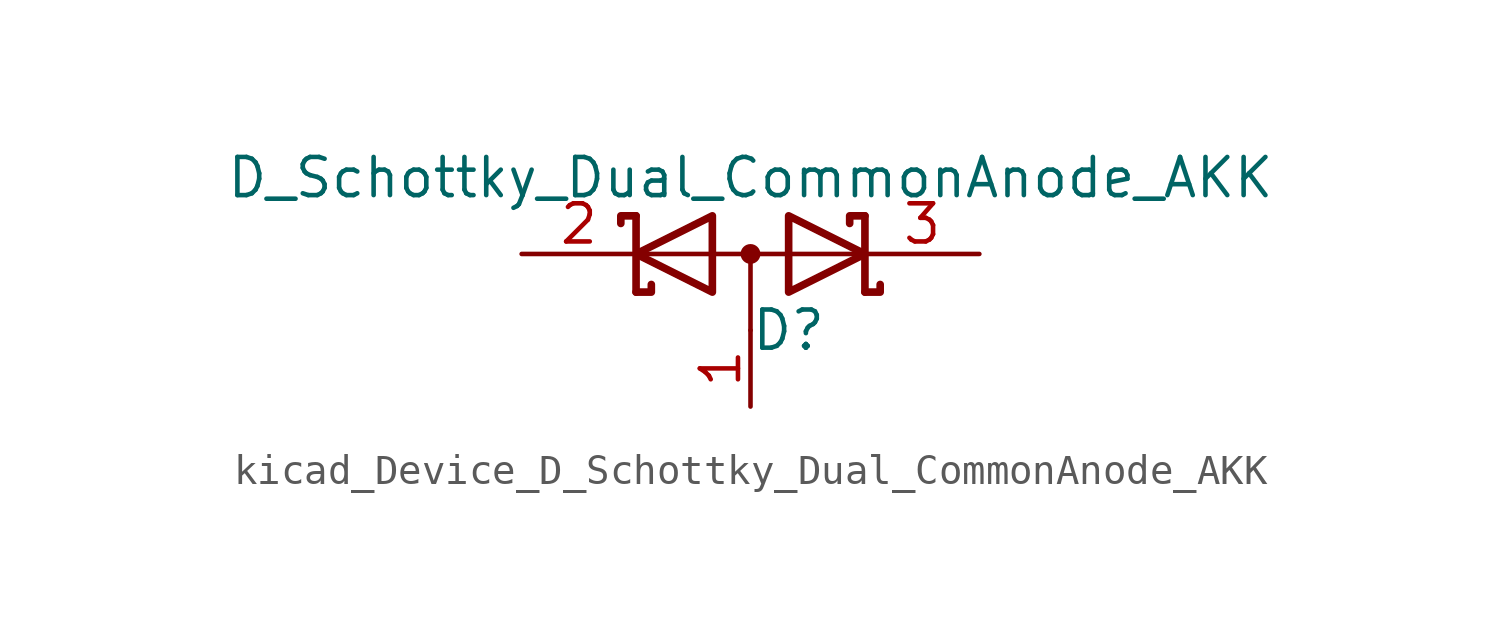
<source format=kicad_sym>
(kicad_symbol_lib
  (version 20220914)
  (generator kicad_symbol_editor)
  (symbol "kicad_Device_D_Schottky_Dual_CommonAnode_AKK"
    (pin_names
      (offset 0.762) hide)
    (property "Reference" "D"
      (at 1.27 -2.54 0)
      (effects (font (size 1.27 1.27))))
    (property "Value" "D_Schottky_Dual_CommonAnode_AKK"
      (at 0 2.54 0)
      (effects (font (size 1.27 1.27))))
    (symbol "kicad_Device_D_Schottky_Dual_CommonAnode_AKK_0_1"
      (polyline (pts (xy -3.556 0) (xy 3.81 0)) (stroke (width 0) (type default)) (fill (type none)))
      (polyline (pts (xy 0 0) (xy 0 -2.54)) (stroke (width 0) (type default)) (fill (type none)))
      (polyline (pts (xy -3.81 1.27) (xy -3.81 -1.27) (xy -3.81 -1.27)) (stroke (width 0.254) (type default)) (fill (type none)))
      (polyline (pts (xy 3.81 1.27) (xy 3.81 -1.27) (xy 3.81 -1.27)) (stroke (width 0.254) (type default)) (fill (type none)))
      (polyline (pts (xy -3.81 1.27) (xy -4.318 1.27) (xy -4.318 1.016) (xy -4.318 1.016)) (stroke (width 0.254) (type default)) (fill (type none)))
      (polyline (pts (xy 3.81 -1.27) (xy 4.318 -1.27) (xy 4.318 -1.016) (xy 4.318 -1.016)) (stroke (width 0.254) (type default)) (fill (type none)))
      (polyline (pts (xy 3.81 1.27) (xy 3.302 1.27) (xy 3.302 1.016) (xy 3.302 1.016)) (stroke (width 0.254) (type default)) (fill (type none)))
      (polyline (pts (xy -3.302 -1.016) (xy -3.302 -1.27) (xy -3.81 -1.27) (xy -3.81 -1.27) (xy -3.81 -1.27)) (stroke (width 0.254) (type default)) (fill (type none)))
      (polyline (pts (xy -1.27 -1.27) (xy -3.81 0) (xy -1.27 1.27) (xy -1.27 -1.27) (xy -1.27 -1.27) (xy -1.27 -1.27)) (stroke (width 0.254) (type default)) (fill (type none)))
      (polyline (pts (xy 1.27 1.27) (xy 3.81 0) (xy 1.27 -1.27) (xy 1.27 1.27) (xy 1.27 1.27) (xy 1.27 1.27)) (stroke (width 0.254) (type default)) (fill (type none)))
      (circle (center 0 0) (radius 0.254) (stroke (width 0) (type default)) (fill (type outline)))
      (pin passive line (at 0 -5.08 90) (length 2.54) (name "A" (effects (font (size 1.27 1.27)))) (number "1" (effects (font (size 1.27 1.27)))))
      (pin passive line (at -7.62 0 0) (length 3.81) (name "K" (effects (font (size 1.27 1.27)))) (number "2" (effects (font (size 1.27 1.27)))))
      (pin passive line (at 7.62 0 180) (length 3.81) (name "K" (effects (font (size 1.27 1.27)))) (number "3" (effects (font (size 1.27 1.27))))))))
</source>
